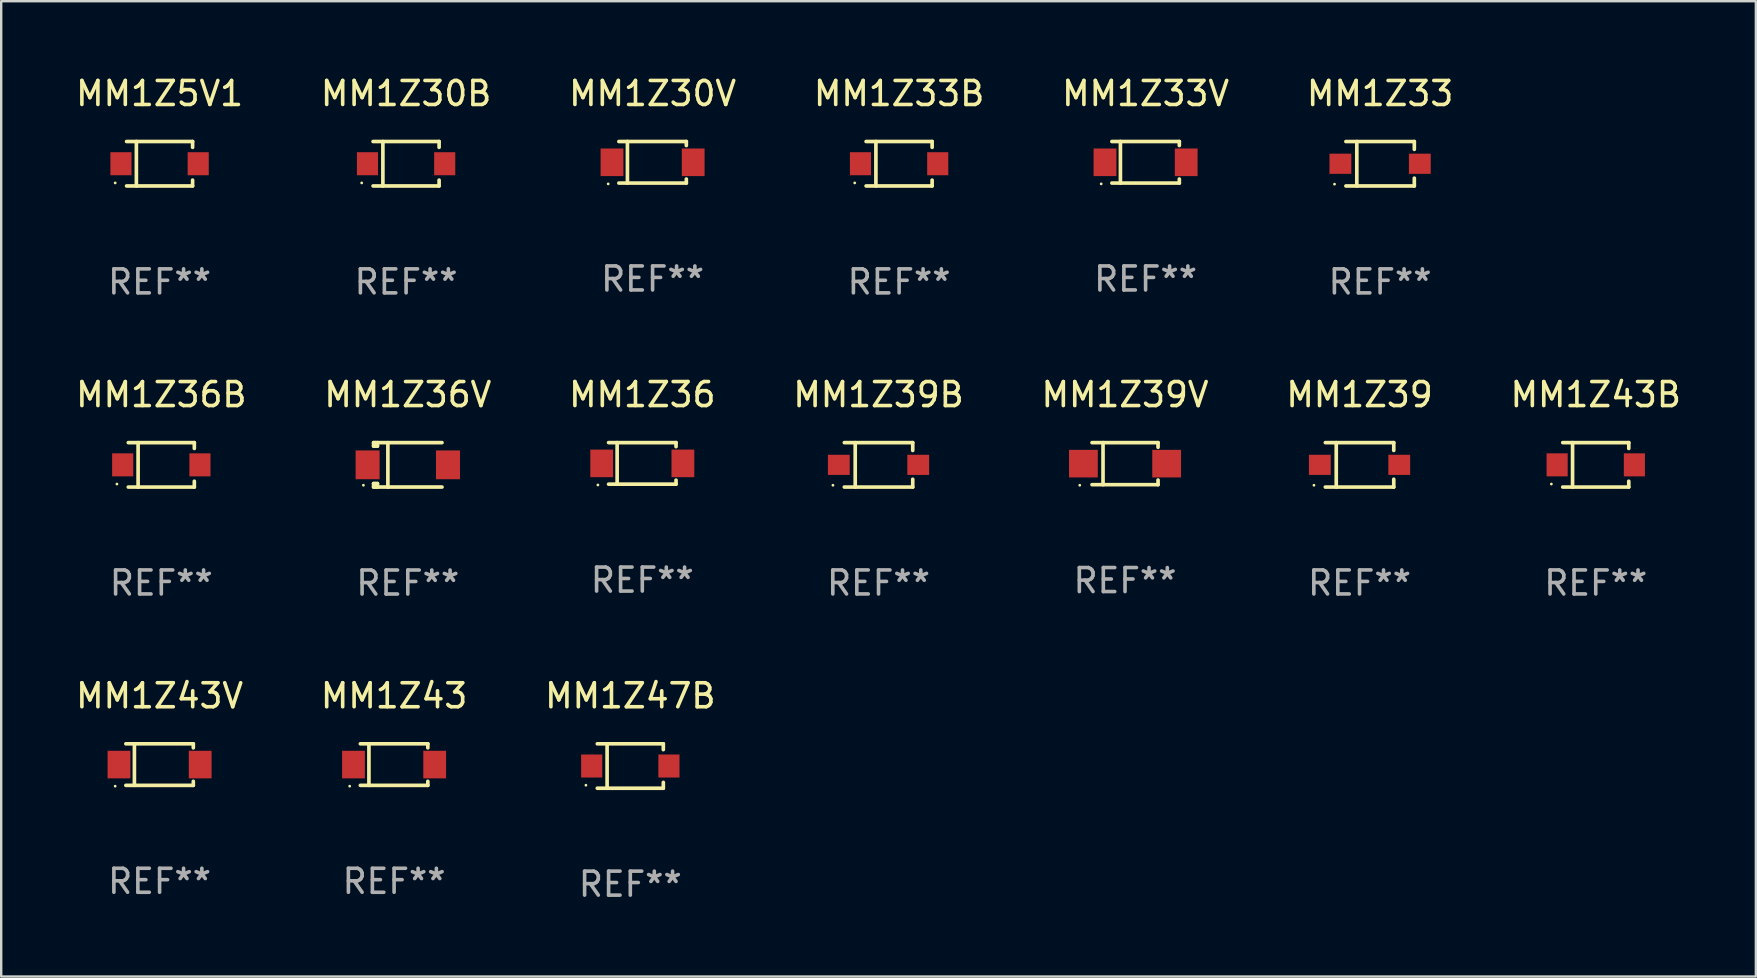
<source format=kicad_pcb>
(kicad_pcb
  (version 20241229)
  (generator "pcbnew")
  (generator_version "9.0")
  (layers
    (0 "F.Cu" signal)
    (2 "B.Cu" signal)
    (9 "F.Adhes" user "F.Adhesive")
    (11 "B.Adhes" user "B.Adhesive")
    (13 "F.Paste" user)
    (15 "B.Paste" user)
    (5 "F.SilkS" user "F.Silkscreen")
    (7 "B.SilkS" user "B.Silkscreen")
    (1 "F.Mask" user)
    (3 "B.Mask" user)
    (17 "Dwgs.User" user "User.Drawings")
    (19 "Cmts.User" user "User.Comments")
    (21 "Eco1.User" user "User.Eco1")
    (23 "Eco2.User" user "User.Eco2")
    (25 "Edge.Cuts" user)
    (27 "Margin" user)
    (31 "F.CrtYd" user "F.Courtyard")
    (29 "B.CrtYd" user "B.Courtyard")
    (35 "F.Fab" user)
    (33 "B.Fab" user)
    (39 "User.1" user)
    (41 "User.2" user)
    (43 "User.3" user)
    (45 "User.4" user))
  (footprint "MM1Z36"
    (layer "F.Cu")
    (at 23.72 16.263)
    (property "Reference" "MM1Z36" (at 0 -2.866 0) (layer "F.SilkS") (effects (font (size 1 1) (thickness 0.15))))
    (attr through_hole)
    (fp_line (start -1.406 -0.866) (end 1.406 -0.866) (stroke (width 0.152) (type solid)) (layer "F.SilkS"))
    (fp_line (start -1.406 0.866) (end 1.406 0.866) (stroke (width 0.152) (type solid)) (layer "F.SilkS"))
    (fp_line (start -1.049 -0.866) (end -1.049 0.866) (stroke (width 0.152) (type solid)) (layer "F.SilkS"))
    (fp_line (start 1.406 -0.866) (end 1.406 -0.698) (stroke (width 0.152) (type solid)) (layer "F.SilkS"))
    (fp_line (start 1.406 0.866) (end 1.406 0.698) (stroke (width 0.152) (type solid)) (layer "F.SilkS"))
    (fp_circle (center -1.851 0.9) (end -1.821 0.9) (stroke (width 0.06) (type solid)) (fill no) (layer "F.SilkS"))
    (fp_text user "REF**" (at 0 4.866 0) (layer "F.Fab") (effects (font (size 1 1) (thickness 0.15))))
    (pad "1" smd rect (at -1.692 0) (size 0.95 1.15) (layers "F.Cu" "F.Mask" "F.Paste"))
    (pad "2" smd rect (at 1.692 0) (size 0.95 1.15) (layers "F.Cu" "F.Mask" "F.Paste")))
  (footprint "MM1Z47B"
    (layer "F.Cu")
    (at 23.22 28.876)
    (property "Reference" "MM1Z47B" (at 0 -2.926 0) (layer "F.SilkS") (effects (font (size 1 1) (thickness 0.15))))
    (attr through_hole)
    (fp_line (start -1.376 -0.926) (end 1.376 -0.926) (stroke (width 0.152) (type solid)) (layer "F.SilkS"))
    (fp_line (start -1.376 0.926) (end 1.376 0.926) (stroke (width 0.152) (type solid)) (layer "F.SilkS"))
    (fp_line (start -0.967 -0.926) (end -0.967 0.926) (stroke (width 0.152) (type solid)) (layer "F.SilkS"))
    (fp_line (start 1.376 -0.926) (end 1.376 -0.683) (stroke (width 0.152) (type solid)) (layer "F.SilkS"))
    (fp_line (start 1.376 0.926) (end 1.376 0.683) (stroke (width 0.152) (type solid)) (layer "F.SilkS"))
    (fp_circle (center -1.85 0.8) (end -1.82 0.8) (stroke (width 0.06) (type solid)) (fill no) (layer "F.SilkS"))
    (fp_text user "REF**" (at 0 4.926 0) (layer "F.Fab") (effects (font (size 1 1) (thickness 0.15))))
    (pad "1" smd rect (at -1.61 0) (size 0.88 0.96) (layers "F.Cu" "F.Mask" "F.Paste"))
    (pad "2" smd rect (at 1.61 0) (size 0.88 0.96) (layers "F.Cu" "F.Mask" "F.Paste")))
  (footprint "MM1Z43V"
    (layer "F.Cu")
    (at 3.601 28.816)
    (property "Reference" "MM1Z43V" (at 0 -2.866 0) (layer "F.SilkS") (effects (font (size 1 1) (thickness 0.15))))
    (attr through_hole)
    (fp_line (start -1.406 -0.866) (end 1.406 -0.866) (stroke (width 0.152) (type solid)) (layer "F.SilkS"))
    (fp_line (start -1.406 0.866) (end 1.406 0.866) (stroke (width 0.152) (type solid)) (layer "F.SilkS"))
    (fp_line (start -1.049 -0.866) (end -1.049 0.866) (stroke (width 0.152) (type solid)) (layer "F.SilkS"))
    (fp_line (start 1.406 -0.866) (end 1.406 -0.698) (stroke (width 0.152) (type solid)) (layer "F.SilkS"))
    (fp_line (start 1.406 0.866) (end 1.406 0.698) (stroke (width 0.152) (type solid)) (layer "F.SilkS"))
    (fp_circle (center -1.851 0.9) (end -1.821 0.9) (stroke (width 0.06) (type solid)) (fill no) (layer "F.SilkS"))
    (fp_text user "REF**" (at 0 4.866 0) (layer "F.Fab") (effects (font (size 1 1) (thickness 0.15))))
    (pad "1" smd rect (at -1.692 0) (size 0.95 1.15) (layers "F.Cu" "F.Mask" "F.Paste"))
    (pad "2" smd rect (at 1.692 0) (size 0.95 1.15) (layers "F.Cu" "F.Mask" "F.Paste")))
  (footprint "MM1Z5V1"
    (layer "F.Cu")
    (at 3.601 3.774)
    (property "Reference" "MM1Z5V1" (at 0 -2.926 0) (layer "F.SilkS") (effects (font (size 1 1) (thickness 0.15))))
    (attr through_hole)
    (fp_line (start -1.376 -0.926) (end 1.376 -0.926) (stroke (width 0.152) (type solid)) (layer "F.SilkS"))
    (fp_line (start -1.376 0.926) (end 1.376 0.926) (stroke (width 0.152) (type solid)) (layer "F.SilkS"))
    (fp_line (start -0.967 -0.926) (end -0.967 0.926) (stroke (width 0.152) (type solid)) (layer "F.SilkS"))
    (fp_line (start 1.376 -0.926) (end 1.376 -0.683) (stroke (width 0.152) (type solid)) (layer "F.SilkS"))
    (fp_line (start 1.376 0.926) (end 1.376 0.683) (stroke (width 0.152) (type solid)) (layer "F.SilkS"))
    (fp_circle (center -1.85 0.8) (end -1.82 0.8) (stroke (width 0.06) (type solid)) (fill no) (layer "F.SilkS"))
    (fp_text user "REF**" (at 0 4.926 0) (layer "F.Fab") (effects (font (size 1 1) (thickness 0.15))))
    (pad "1" smd rect (at -1.61 0) (size 0.88 0.96) (layers "F.Cu" "F.Mask" "F.Paste"))
    (pad "2" smd rect (at 1.61 0) (size 0.88 0.96) (layers "F.Cu" "F.Mask" "F.Paste")))
  (footprint "MM1Z33V"
    (layer "F.Cu")
    (at 44.696 3.714)
    (property "Reference" "MM1Z33V" (at 0 -2.866 0) (layer "F.SilkS") (effects (font (size 1 1) (thickness 0.15))))
    (attr through_hole)
    (fp_line (start -1.406 -0.866) (end 1.406 -0.866) (stroke (width 0.152) (type solid)) (layer "F.SilkS"))
    (fp_line (start -1.406 0.866) (end 1.406 0.866) (stroke (width 0.152) (type solid)) (layer "F.SilkS"))
    (fp_line (start -1.049 -0.866) (end -1.049 0.866) (stroke (width 0.152) (type solid)) (layer "F.SilkS"))
    (fp_line (start 1.406 -0.866) (end 1.406 -0.698) (stroke (width 0.152) (type solid)) (layer "F.SilkS"))
    (fp_line (start 1.406 0.866) (end 1.406 0.698) (stroke (width 0.152) (type solid)) (layer "F.SilkS"))
    (fp_circle (center -1.851 0.9) (end -1.821 0.9) (stroke (width 0.06) (type solid)) (fill no) (layer "F.SilkS"))
    (fp_text user "REF**" (at 0 4.866 0) (layer "F.Fab") (effects (font (size 1 1) (thickness 0.15))))
    (pad "1" smd rect (at -1.692 0) (size 0.95 1.15) (layers "F.Cu" "F.Mask" "F.Paste"))
    (pad "2" smd rect (at 1.692 0) (size 0.95 1.15) (layers "F.Cu" "F.Mask" "F.Paste")))
  (footprint "MM1Z33B"
    (layer "F.Cu")
    (at 34.423 3.774)
    (property "Reference" "MM1Z33B" (at 0 -2.926 0) (layer "F.SilkS") (effects (font (size 1 1) (thickness 0.15))))
    (attr through_hole)
    (fp_line (start -1.376 -0.926) (end 1.376 -0.926) (stroke (width 0.152) (type solid)) (layer "F.SilkS"))
    (fp_line (start -1.376 0.926) (end 1.376 0.926) (stroke (width 0.152) (type solid)) (layer "F.SilkS"))
    (fp_line (start -0.967 -0.926) (end -0.967 0.926) (stroke (width 0.152) (type solid)) (layer "F.SilkS"))
    (fp_line (start 1.376 -0.926) (end 1.376 -0.683) (stroke (width 0.152) (type solid)) (layer "F.SilkS"))
    (fp_line (start 1.376 0.926) (end 1.376 0.683) (stroke (width 0.152) (type solid)) (layer "F.SilkS"))
    (fp_circle (center -1.85 0.8) (end -1.82 0.8) (stroke (width 0.06) (type solid)) (fill no) (layer "F.SilkS"))
    (fp_text user "REF**" (at 0 4.926 0) (layer "F.Fab") (effects (font (size 1 1) (thickness 0.15))))
    (pad "1" smd rect (at -1.61 0) (size 0.88 0.96) (layers "F.Cu" "F.Mask" "F.Paste"))
    (pad "2" smd rect (at 1.61 0) (size 0.88 0.96) (layers "F.Cu" "F.Mask" "F.Paste")))
  (footprint "MM1Z36B"
    (layer "F.Cu")
    (at 3.673 16.324)
    (property "Reference" "MM1Z36B" (at 0 -2.926 0) (layer "F.SilkS") (effects (font (size 1 1) (thickness 0.15))))
    (attr through_hole)
    (fp_line (start -1.376 -0.926) (end 1.376 -0.926) (stroke (width 0.152) (type solid)) (layer "F.SilkS"))
    (fp_line (start -1.376 0.926) (end 1.376 0.926) (stroke (width 0.152) (type solid)) (layer "F.SilkS"))
    (fp_line (start -0.967 -0.926) (end -0.967 0.926) (stroke (width 0.152) (type solid)) (layer "F.SilkS"))
    (fp_line (start 1.376 -0.926) (end 1.376 -0.683) (stroke (width 0.152) (type solid)) (layer "F.SilkS"))
    (fp_line (start 1.376 0.926) (end 1.376 0.683) (stroke (width 0.152) (type solid)) (layer "F.SilkS"))
    (fp_circle (center -1.85 0.8) (end -1.82 0.8) (stroke (width 0.06) (type solid)) (fill no) (layer "F.SilkS"))
    (fp_text user "REF**" (at 0 4.926 0) (layer "F.Fab") (effects (font (size 1 1) (thickness 0.15))))
    (pad "1" smd rect (at -1.61 0) (size 0.88 0.96) (layers "F.Cu" "F.Mask" "F.Paste"))
    (pad "2" smd rect (at 1.61 0) (size 0.88 0.96) (layers "F.Cu" "F.Mask" "F.Paste")))
  (footprint "MM1Z30B"
    (layer "F.Cu")
    (at 13.875 3.774)
    (property "Reference" "MM1Z30B" (at 0 -2.926 0) (layer "F.SilkS") (effects (font (size 1 1) (thickness 0.15))))
    (attr through_hole)
    (fp_line (start -1.376 -0.926) (end 1.376 -0.926) (stroke (width 0.152) (type solid)) (layer "F.SilkS"))
    (fp_line (start -1.376 0.926) (end 1.376 0.926) (stroke (width 0.152) (type solid)) (layer "F.SilkS"))
    (fp_line (start -0.967 -0.926) (end -0.967 0.926) (stroke (width 0.152) (type solid)) (layer "F.SilkS"))
    (fp_line (start 1.376 -0.926) (end 1.376 -0.683) (stroke (width 0.152) (type solid)) (layer "F.SilkS"))
    (fp_line (start 1.376 0.926) (end 1.376 0.683) (stroke (width 0.152) (type solid)) (layer "F.SilkS"))
    (fp_circle (center -1.85 0.8) (end -1.82 0.8) (stroke (width 0.06) (type solid)) (fill no) (layer "F.SilkS"))
    (fp_text user "REF**" (at 0 4.926 0) (layer "F.Fab") (effects (font (size 1 1) (thickness 0.15))))
    (pad "1" smd rect (at -1.61 0) (size 0.88 0.96) (layers "F.Cu" "F.Mask" "F.Paste"))
    (pad "2" smd rect (at 1.61 0) (size 0.88 0.96) (layers "F.Cu" "F.Mask" "F.Paste")))
  (footprint "MM1Z43"
    (layer "F.Cu")
    (at 13.375 28.816)
    (property "Reference" "MM1Z43" (at 0 -2.866 0) (layer "F.SilkS") (effects (font (size 1 1) (thickness 0.15))))
    (attr through_hole)
    (fp_line (start -1.406 -0.866) (end 1.406 -0.866) (stroke (width 0.152) (type solid)) (layer "F.SilkS"))
    (fp_line (start -1.406 0.866) (end 1.406 0.866) (stroke (width 0.152) (type solid)) (layer "F.SilkS"))
    (fp_line (start -1.049 -0.866) (end -1.049 0.866) (stroke (width 0.152) (type solid)) (layer "F.SilkS"))
    (fp_line (start 1.406 -0.866) (end 1.406 -0.698) (stroke (width 0.152) (type solid)) (layer "F.SilkS"))
    (fp_line (start 1.406 0.866) (end 1.406 0.698) (stroke (width 0.152) (type solid)) (layer "F.SilkS"))
    (fp_circle (center -1.851 0.9) (end -1.821 0.9) (stroke (width 0.06) (type solid)) (fill no) (layer "F.SilkS"))
    (fp_text user "REF**" (at 0 4.866 0) (layer "F.Fab") (effects (font (size 1 1) (thickness 0.15))))
    (pad "1" smd rect (at -1.692 0) (size 0.95 1.15) (layers "F.Cu" "F.Mask" "F.Paste"))
    (pad "2" smd rect (at 1.692 0) (size 0.95 1.15) (layers "F.Cu" "F.Mask" "F.Paste")))
  (footprint "MM1Z39"
    (layer "F.Cu")
    (at 53.613 16.324)
    (property "Reference" "MM1Z39" (at 0 -2.926 0) (layer "F.SilkS") (effects (font (size 1 1) (thickness 0.15))))
    (attr through_hole)
    (fp_line (start -1.426 0.926) (end 1.426 0.926) (stroke (width 0.152) (type solid)) (layer "F.SilkS"))
    (fp_line (start -1.426 -0.926) (end 1.426 -0.926) (stroke (width 0.152) (type solid)) (layer "F.SilkS"))
    (fp_line (start -0.971 0.926) (end -0.971 -0.926) (stroke (width 0.152) (type solid)) (layer "F.SilkS"))
    (fp_line (start 1.426 -0.926) (end 1.426 -0.6) (stroke (width 0.152) (type solid)) (layer "F.SilkS"))
    (fp_line (start 1.426 0.6) (end 1.426 0.926) (stroke (width 0.152) (type solid)) (layer "F.SilkS"))
    (fp_circle (center -1.9 0.85) (end -1.87 0.85) (stroke (width 0.06) (type solid)) (fill no) (layer "F.SilkS"))
    (fp_text user "REF**" (at 0 4.926 0) (layer "F.Fab") (effects (font (size 1 1) (thickness 0.15))))
    (pad "1" smd rect (at -1.655 -0.000064) (size 0.91 0.84) (layers "F.Cu" "F.Mask" "F.Paste"))
    (pad "2" smd rect (at 1.655 -0.000064) (size 0.91 0.84) (layers "F.Cu" "F.Mask" "F.Paste")))
  (footprint "MM1Z30V"
    (layer "F.Cu")
    (at 24.149 3.714)
    (property "Reference" "MM1Z30V" (at 0 -2.866 0) (layer "F.SilkS") (effects (font (size 1 1) (thickness 0.15))))
    (attr through_hole)
    (fp_line (start -1.406 -0.866) (end 1.406 -0.866) (stroke (width 0.152) (type solid)) (layer "F.SilkS"))
    (fp_line (start -1.406 0.866) (end 1.406 0.866) (stroke (width 0.152) (type solid)) (layer "F.SilkS"))
    (fp_line (start -1.049 -0.866) (end -1.049 0.866) (stroke (width 0.152) (type solid)) (layer "F.SilkS"))
    (fp_line (start 1.406 -0.866) (end 1.406 -0.698) (stroke (width 0.152) (type solid)) (layer "F.SilkS"))
    (fp_line (start 1.406 0.866) (end 1.406 0.698) (stroke (width 0.152) (type solid)) (layer "F.SilkS"))
    (fp_circle (center -1.851 0.9) (end -1.821 0.9) (stroke (width 0.06) (type solid)) (fill no) (layer "F.SilkS"))
    (fp_text user "REF**" (at 0 4.866 0) (layer "F.Fab") (effects (font (size 1 1) (thickness 0.15))))
    (pad "1" smd rect (at -1.692 0) (size 0.95 1.15) (layers "F.Cu" "F.Mask" "F.Paste"))
    (pad "2" smd rect (at 1.692 0) (size 0.95 1.15) (layers "F.Cu" "F.Mask" "F.Paste")))
  (footprint "MM1Z39V"
    (layer "F.Cu")
    (at 43.839 16.274)
    (property "Reference" "MM1Z39V" (at 0 -2.876 0) (layer "F.SilkS") (effects (font (size 1 1) (thickness 0.15))))
    (attr through_hole)
    (fp_line (start -1.376 -0.876) (end 1.376 -0.876) (stroke (width 0.152) (type solid)) (layer "F.SilkS"))
    (fp_line (start -1.376 0.876) (end 1.376 0.876) (stroke (width 0.152) (type solid)) (layer "F.SilkS"))
    (fp_line (start -0.917 -0.876) (end -0.917 0.876) (stroke (width 0.152) (type solid)) (layer "F.SilkS"))
    (fp_line (start 1.376 -0.876) (end 1.376 -0.683) (stroke (width 0.152) (type solid)) (layer "F.SilkS"))
    (fp_line (start 1.376 0.876) (end 1.376 0.683) (stroke (width 0.152) (type solid)) (layer "F.SilkS"))
    (fp_circle (center -1.887 0.9) (end -1.857 0.9) (stroke (width 0.06) (type solid)) (fill no) (layer "F.SilkS"))
    (fp_text user "REF**" (at 0 4.876 0) (layer "F.Fab") (effects (font (size 1 1) (thickness 0.15))))
    (pad "1" smd rect (at -1.735 0) (size 1.2 1.15) (layers "F.Cu" "F.Mask" "F.Paste"))
    (pad "2" smd rect (at 1.735 0) (size 1.2 1.15) (layers "F.Cu" "F.Mask" "F.Paste")))
  (footprint "MM1Z36V"
    (layer "F.Cu")
    (at 13.946 16.325)
    (property "Reference" "MM1Z36V" (at 0 -2.928 0) (layer "F.SilkS") (effects (font (size 1 1) (thickness 0.15))))
    (attr through_hole)
    (fp_line (start -1.426 -0.928) (end -1.426 -0.782) (stroke (width 0.152) (type solid)) (layer "F.SilkS"))
    (fp_line (start -1.426 -0.928) (end 1.426 -0.928) (stroke (width 0.152) (type solid)) (layer "F.SilkS"))
    (fp_line (start -1.426 -0.782) (end -1.264 -0.782) (stroke (width 0.152) (type solid)) (layer "F.SilkS"))
    (fp_line (start -1.426 0.778) (end -1.426 0.924) (stroke (width 0.152) (type solid)) (layer "F.SilkS"))
    (fp_line (start -1.426 0.778) (end -1.264 0.778) (stroke (width 0.152) (type solid)) (layer "F.SilkS"))
    (fp_line (start -1.426 0.924) (end 1.426 0.924) (stroke (width 0.152) (type solid)) (layer "F.SilkS"))
    (fp_line (start -1.34 -0.782) (end -1.34 -0.928) (stroke (width 0.152) (type solid)) (layer "F.SilkS"))
    (fp_line (start -1.34 0.924) (end -1.34 0.778) (stroke (width 0.152) (type solid)) (layer "F.SilkS"))
    (fp_line (start -1.264 -0.928) (end -1.264 -0.782) (stroke (width 0.152) (type solid)) (layer "F.SilkS"))
    (fp_line (start -1.264 0.778) (end -1.264 0.924) (stroke (width 0.152) (type solid)) (layer "F.SilkS"))
    (fp_line (start -0.83 0.928) (end -0.83 -0.924) (stroke (width 0.152) (type solid)) (layer "F.SilkS"))
    (fp_circle (center -1.85 0.848) (end -1.82 0.848) (stroke (width 0.06) (type solid)) (fill no) (layer "F.SilkS"))
    (fp_text user "REF**" (at 0 4.928 0) (layer "F.Fab") (effects (font (size 1 1) (thickness 0.15))))
    (pad "1" smd rect (at -1.675 -0.002) (size 1 1.2) (layers "F.Cu" "F.Mask" "F.Paste"))
    (pad "2" smd rect (at 1.675 -0.002) (size 1 1.2) (layers "F.Cu" "F.Mask" "F.Paste")))
  (footprint "MM1Z43B"
    (layer "F.Cu")
    (at 63.458 16.324)
    (property "Reference" "MM1Z43B" (at 0 -2.926 0) (layer "F.SilkS") (effects (font (size 1 1) (thickness 0.15))))
    (attr through_hole)
    (fp_line (start -1.376 -0.926) (end 1.376 -0.926) (stroke (width 0.152) (type solid)) (layer "F.SilkS"))
    (fp_line (start -1.376 0.926) (end 1.376 0.926) (stroke (width 0.152) (type solid)) (layer "F.SilkS"))
    (fp_line (start -0.967 -0.926) (end -0.967 0.926) (stroke (width 0.152) (type solid)) (layer "F.SilkS"))
    (fp_line (start 1.376 -0.926) (end 1.376 -0.683) (stroke (width 0.152) (type solid)) (layer "F.SilkS"))
    (fp_line (start 1.376 0.926) (end 1.376 0.683) (stroke (width 0.152) (type solid)) (layer "F.SilkS"))
    (fp_circle (center -1.85 0.8) (end -1.82 0.8) (stroke (width 0.06) (type solid)) (fill no) (layer "F.SilkS"))
    (fp_text user "REF**" (at 0 4.926 0) (layer "F.Fab") (effects (font (size 1 1) (thickness 0.15))))
    (pad "1" smd rect (at -1.61 0) (size 0.88 0.96) (layers "F.Cu" "F.Mask" "F.Paste"))
    (pad "2" smd rect (at 1.61 0) (size 0.88 0.96) (layers "F.Cu" "F.Mask" "F.Paste")))
  (footprint "MM1Z39B"
    (layer "F.Cu")
    (at 33.565 16.324)
    (property "Reference" "MM1Z39B" (at 0 -2.926 0) (layer "F.SilkS") (effects (font (size 1 1) (thickness 0.15))))
    (attr through_hole)
    (fp_line (start -1.426 0.926) (end 1.426 0.926) (stroke (width 0.152) (type solid)) (layer "F.SilkS"))
    (fp_line (start -1.426 -0.926) (end 1.426 -0.926) (stroke (width 0.152) (type solid)) (layer "F.SilkS"))
    (fp_line (start -0.971 0.926) (end -0.971 -0.926) (stroke (width 0.152) (type solid)) (layer "F.SilkS"))
    (fp_line (start 1.426 -0.926) (end 1.426 -0.6) (stroke (width 0.152) (type solid)) (layer "F.SilkS"))
    (fp_line (start 1.426 0.6) (end 1.426 0.926) (stroke (width 0.152) (type solid)) (layer "F.SilkS"))
    (fp_circle (center -1.9 0.85) (end -1.87 0.85) (stroke (width 0.06) (type solid)) (fill no) (layer "F.SilkS"))
    (fp_text user "REF**" (at 0 4.926 0) (layer "F.Fab") (effects (font (size 1 1) (thickness 0.15))))
    (pad "1" smd rect (at -1.655 -0.000064) (size 0.91 0.84) (layers "F.Cu" "F.Mask" "F.Paste"))
    (pad "2" smd rect (at 1.655 -0.000064) (size 0.91 0.84) (layers "F.Cu" "F.Mask" "F.Paste")))
  (footprint "MM1Z33"
    (layer "F.Cu")
    (at 54.47 3.775)
    (property "Reference" "MM1Z33" (at 0 -2.926 0) (layer "F.SilkS") (effects (font (size 1 1) (thickness 0.15))))
    (attr through_hole)
    (fp_line (start -1.426 0.926) (end 1.426 0.926) (stroke (width 0.152) (type solid)) (layer "F.SilkS"))
    (fp_line (start -1.426 -0.926) (end 1.426 -0.926) (stroke (width 0.152) (type solid)) (layer "F.SilkS"))
    (fp_line (start -0.971 0.926) (end -0.971 -0.926) (stroke (width 0.152) (type solid)) (layer "F.SilkS"))
    (fp_line (start 1.426 -0.926) (end 1.426 -0.6) (stroke (width 0.152) (type solid)) (layer "F.SilkS"))
    (fp_line (start 1.426 0.6) (end 1.426 0.926) (stroke (width 0.152) (type solid)) (layer "F.SilkS"))
    (fp_circle (center -1.9 0.85) (end -1.87 0.85) (stroke (width 0.06) (type solid)) (fill no) (layer "F.SilkS"))
    (fp_text user "REF**" (at 0 4.926 0) (layer "F.Fab") (effects (font (size 1 1) (thickness 0.15))))
    (pad "1" smd rect (at -1.655 -0.000064) (size 0.91 0.84) (layers "F.Cu" "F.Mask" "F.Paste"))
    (pad "2" smd rect (at 1.655 -0.000064) (size 0.91 0.84) (layers "F.Cu" "F.Mask" "F.Paste")))
  (gr_rect
    (start -3 -3)
    (end 70.131 37.651)
    (stroke (width 0.1) (type default))
    (fill no)
    (layer "Edge.Cuts")))
</source>
